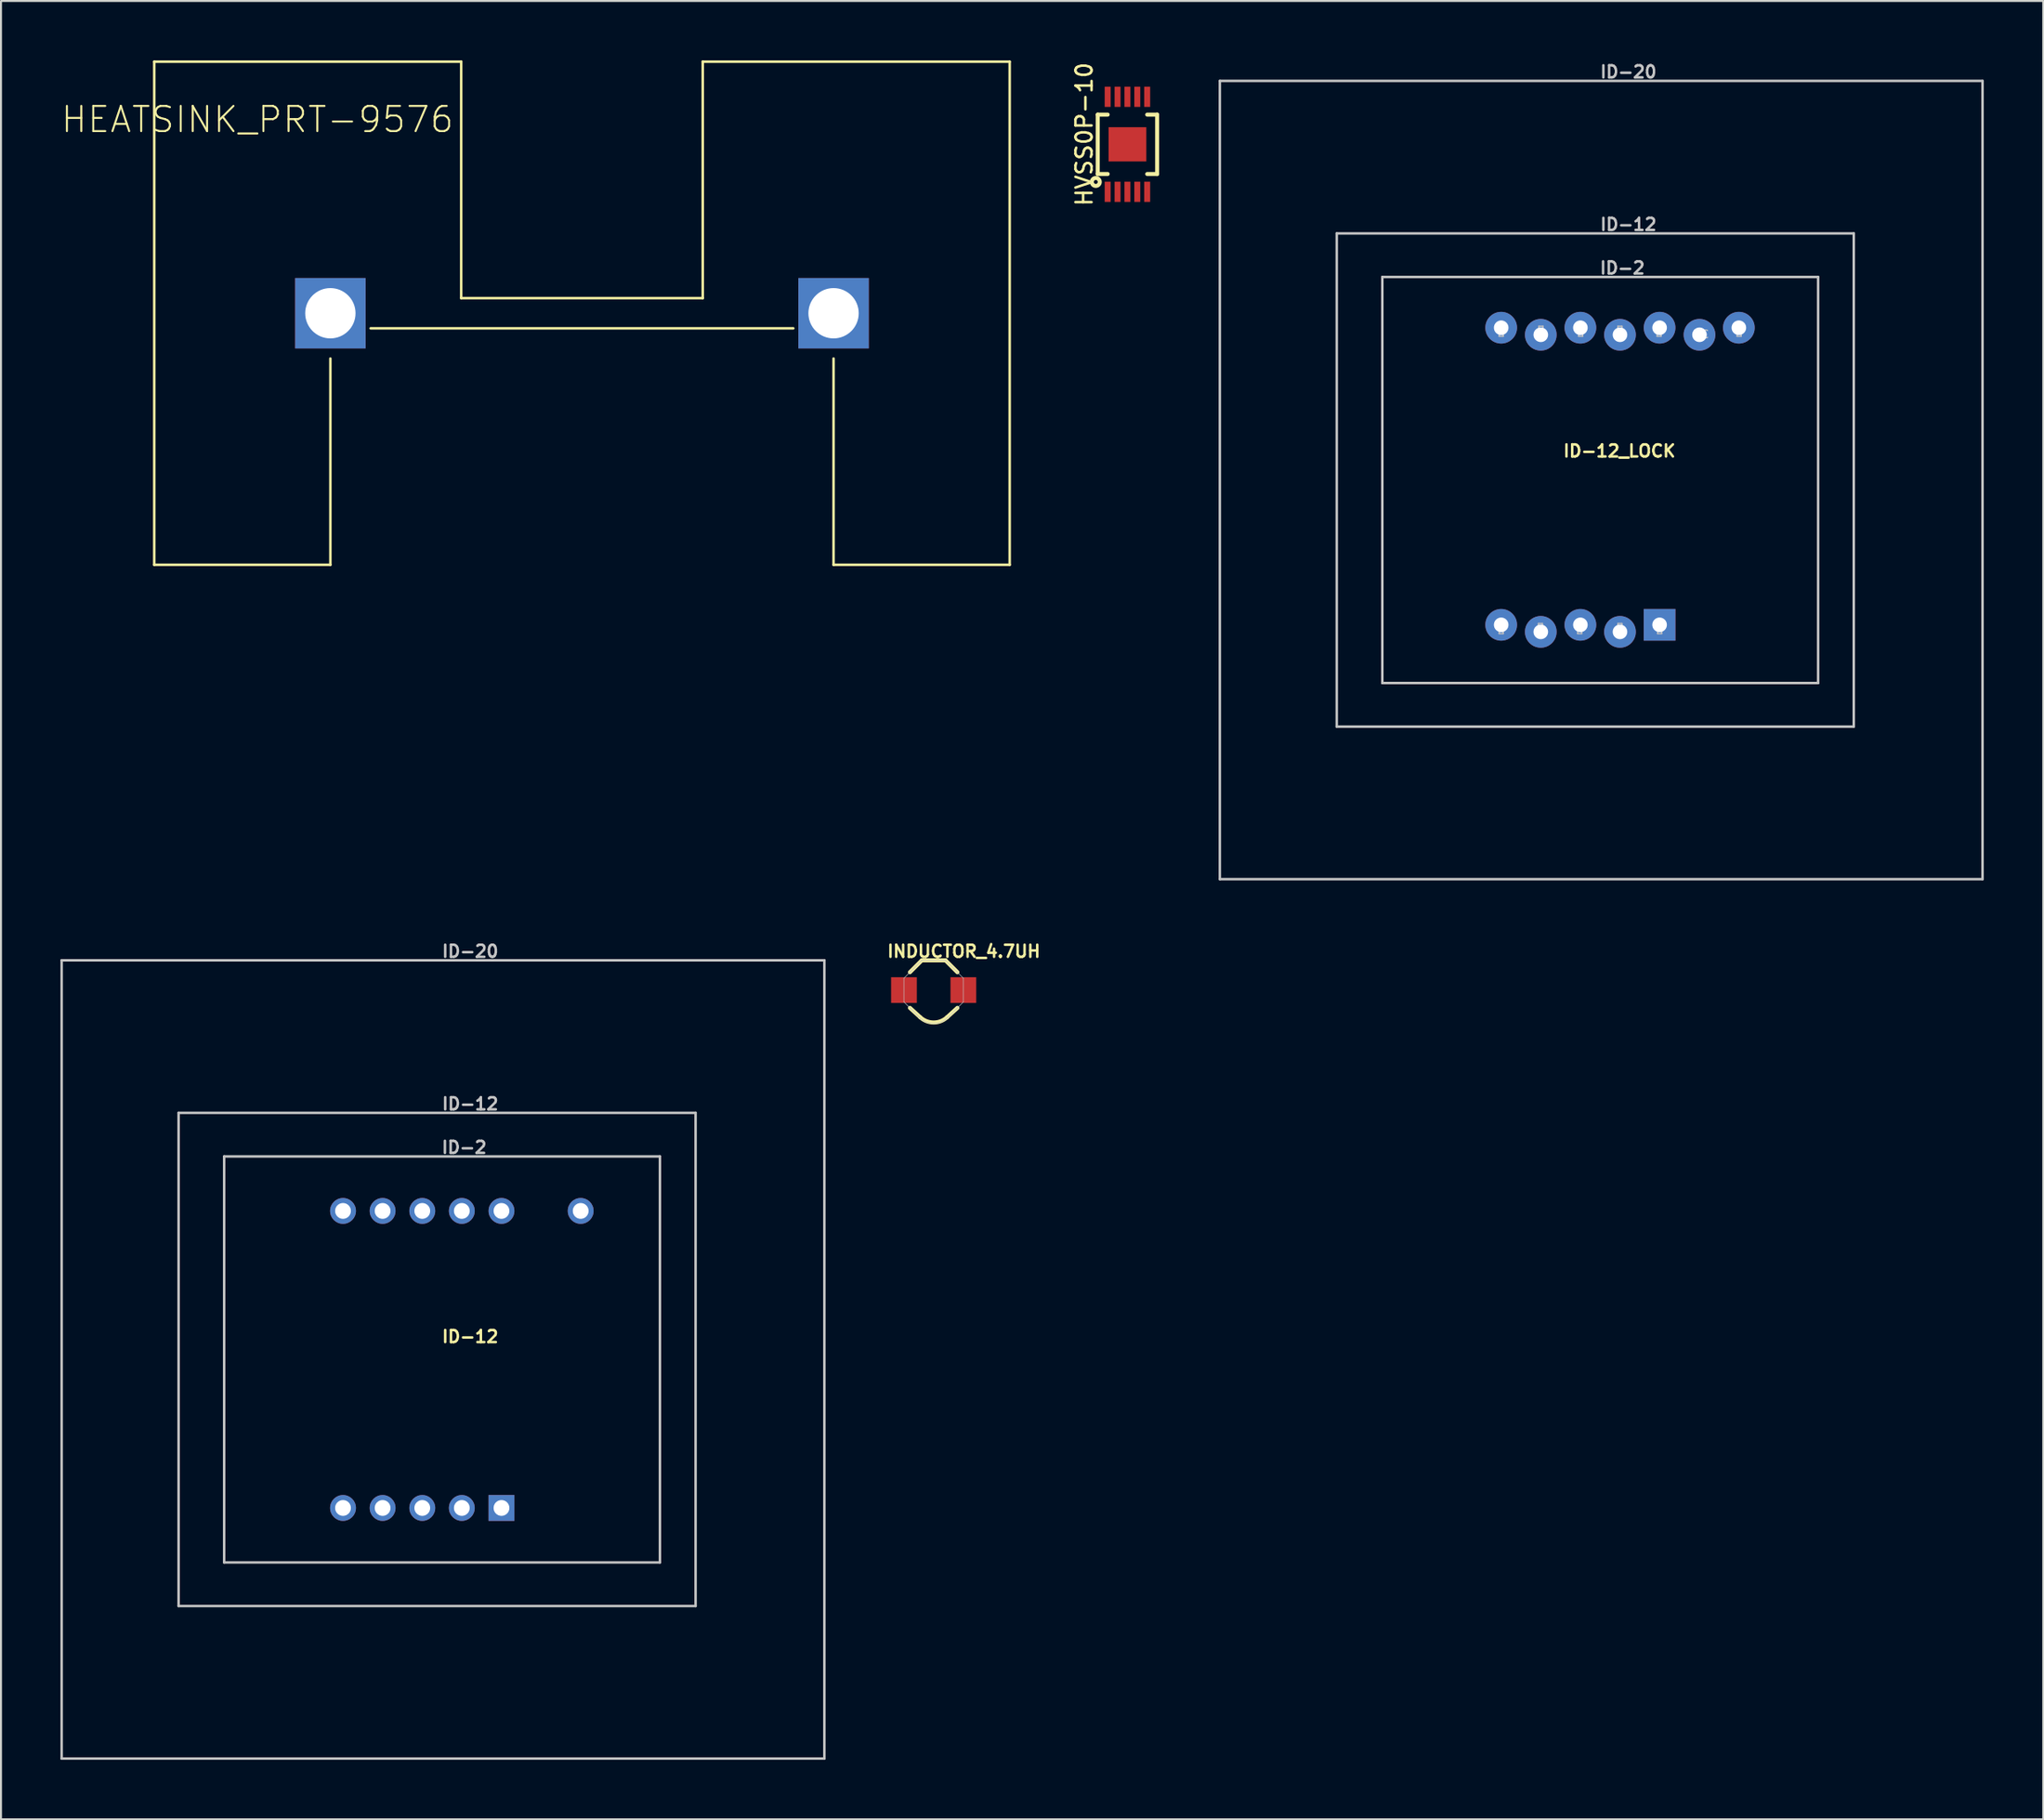
<source format=kicad_pcb>
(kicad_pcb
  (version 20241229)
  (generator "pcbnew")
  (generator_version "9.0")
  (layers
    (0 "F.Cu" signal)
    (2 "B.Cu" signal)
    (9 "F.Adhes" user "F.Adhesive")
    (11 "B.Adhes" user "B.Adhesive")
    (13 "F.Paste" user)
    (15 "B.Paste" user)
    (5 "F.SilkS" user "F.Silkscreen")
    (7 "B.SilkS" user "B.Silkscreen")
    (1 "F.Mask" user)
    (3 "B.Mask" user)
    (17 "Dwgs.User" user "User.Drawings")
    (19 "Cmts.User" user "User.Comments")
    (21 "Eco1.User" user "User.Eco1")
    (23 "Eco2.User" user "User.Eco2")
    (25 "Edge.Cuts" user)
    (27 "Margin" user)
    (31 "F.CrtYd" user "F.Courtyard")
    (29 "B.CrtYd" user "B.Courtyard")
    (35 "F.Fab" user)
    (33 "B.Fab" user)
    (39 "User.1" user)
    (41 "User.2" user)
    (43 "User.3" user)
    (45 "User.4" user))
  (footprint "HEATSINK_PRT-9576"
    (layer "F.Cu")
    (at 26.326 12.764)
    (property "Reference" "HEATSINK_PRT-9576" (at -16.383 -9.779 0) (layer "F.SilkS") (effects (font (size 1.27 1.27) (thickness 0.102))))
    (attr exclude_from_pos_files exclude_from_bom)
    (fp_line (start -21.59 -12.7) (end -6.096 -12.7) (stroke (width 0.127) (type solid)) (layer "F.SilkS"))
    (fp_line (start -21.59 12.7) (end -21.59 -12.7) (stroke (width 0.127) (type solid)) (layer "F.SilkS"))
    (fp_line (start -12.7 12.7) (end -21.59 12.7) (stroke (width 0.127) (type solid)) (layer "F.SilkS"))
    (fp_line (start -12.7 12.7) (end -12.7 2.286) (stroke (width 0.127) (type solid)) (layer "F.SilkS"))
    (fp_line (start -10.668 0.762) (end 10.668 0.762) (stroke (width 0.127) (type solid)) (layer "F.SilkS"))
    (fp_line (start -6.096 -0.762) (end -6.096 -12.7) (stroke (width 0.127) (type solid)) (layer "F.SilkS"))
    (fp_line (start 6.096 -0.762) (end -6.096 -0.762) (stroke (width 0.127) (type solid)) (layer "F.SilkS"))
    (fp_line (start 6.096 -0.762) (end 6.096 -12.7) (stroke (width 0.127) (type solid)) (layer "F.SilkS"))
    (fp_line (start 12.7 2.286) (end 12.7 12.7) (stroke (width 0.127) (type solid)) (layer "F.SilkS"))
    (fp_line (start 12.7 12.7) (end 21.59 12.7) (stroke (width 0.127) (type solid)) (layer "F.SilkS"))
    (fp_line (start 21.59 -12.7) (end 6.096 -12.7) (stroke (width 0.127) (type solid)) (layer "F.SilkS"))
    (fp_line (start 21.59 -12.7) (end 21.59 12.7) (stroke (width 0.127) (type solid)) (layer "F.SilkS"))
    (pad "P$1" thru_hole rect (at -12.7 0) (size 3.556 3.556) (drill 2.54) (layers "*.Cu" "*.Paste" "*.Mask"))
    (pad "P$2" thru_hole rect (at 12.7 0) (size 3.556 3.556) (drill 2.54) (layers "*.Cu" "*.Paste" "*.Mask")))
  (footprint "INDUCTOR_4.7UH"
    (layer "F.Cu")
    (at 44.078 46.933)
    (property "Reference" "INDUCTOR_4.7UH" (at 1.524 -1.956 0) (layer "F.SilkS") (effects (font (size 0.61 0.61) (thickness 0.127))))
    (attr smd)
    (fp_line (start -1.199 -0.899) (end -0.599 -1.499) (stroke (width 0.203) (type solid)) (layer "F.SilkS"))
    (fp_line (start -1.199 0.899) (end -0.678 1.372) (stroke (width 0.203) (type solid)) (layer "F.SilkS"))
    (fp_line (start -0.599 -1.499) (end 0.599 -1.499) (stroke (width 0.203) (type solid)) (layer "F.SilkS"))
    (fp_line (start 0.599 -1.499) (end 1.199 -0.899) (stroke (width 0.203) (type solid)) (layer "F.SilkS"))
    (fp_line (start 0.678 1.372) (end 1.199 0.899) (stroke (width 0.203) (type solid)) (layer "F.SilkS"))
    (fp_arc (start 0.67818 1.3716) (mid 0.000594 1.636926) (end -0.677306 1.372406) (stroke (width 0.2032) (type solid)) (layer "F.SilkS"))
    (fp_line (start -1.499 -0.599) (end -1.499 0.599) (stroke (width 0.028) (type solid)) (layer "Dwgs.User"))
    (fp_line (start -1.499 0.599) (end -0.706 1.392) (stroke (width 0.028) (type solid)) (layer "Dwgs.User"))
    (fp_line (start -0.599 -1.499) (end -1.499 -0.599) (stroke (width 0.028) (type solid)) (layer "Dwgs.User"))
    (fp_line (start 0.599 -1.499) (end -0.599 -1.499) (stroke (width 0.028) (type solid)) (layer "Dwgs.User"))
    (fp_line (start 0.706 1.392) (end 1.499 0.599) (stroke (width 0.028) (type solid)) (layer "Dwgs.User"))
    (fp_line (start 1.499 -0.599) (end 0.599 -1.499) (stroke (width 0.028) (type solid)) (layer "Dwgs.User"))
    (fp_line (start 1.499 0.599) (end 1.499 -0.599) (stroke (width 0.028) (type solid)) (layer "Dwgs.User"))
    (fp_arc (start 0.70612 1.39192) (mid 0 1.684404) (end -0.70612 1.39192) (stroke (width 0.02794) (type solid)) (layer "Dwgs.User"))
    (pad "P$1" smd rect (at -1.499 0 90) (size 1.298 1.298) (layers "F.Cu" "F.Mask" "F.Paste"))
    (pad "P$2" smd rect (at 1.499 0 90) (size 1.298 1.298) (layers "F.Cu" "F.Mask" "F.Paste")))
  (footprint "ID-12"
    (layer "F.Cu")
    (at 19.263 65.581)
    (property "Reference" "ID-12" (at 1.422 -1.153 0) (layer "F.SilkS") (effects (font (size 0.61 0.61) (thickness 0.127))))
    (attr exclude_from_pos_files exclude_from_bom)
    (fp_line (start -19.2 -20.15) (end 19.299 -20.15) (stroke (width 0.127) (type solid)) (layer "Dwgs.User"))
    (fp_line (start -19.2 20.15) (end -19.2 -20.15) (stroke (width 0.127) (type solid)) (layer "Dwgs.User"))
    (fp_line (start -13.299 -12.449) (end -13.299 12.449) (stroke (width 0.127) (type solid)) (layer "Dwgs.User"))
    (fp_line (start -13.299 12.449) (end 12.799 12.449) (stroke (width 0.127) (type solid)) (layer "Dwgs.User"))
    (fp_line (start -10.998 -10.249) (end 10.998 -10.249) (stroke (width 0.127) (type solid)) (layer "Dwgs.User"))
    (fp_line (start -10.998 10.249) (end -10.998 -10.249) (stroke (width 0.127) (type solid)) (layer "Dwgs.User"))
    (fp_line (start 10.998 -10.249) (end 10.998 10.249) (stroke (width 0.127) (type solid)) (layer "Dwgs.User"))
    (fp_line (start 10.998 10.249) (end -10.998 10.249) (stroke (width 0.127) (type solid)) (layer "Dwgs.User"))
    (fp_line (start 12.799 -12.449) (end -13.299 -12.449) (stroke (width 0.127) (type solid)) (layer "Dwgs.User"))
    (fp_line (start 12.799 12.449) (end 12.799 -12.449) (stroke (width 0.127) (type solid)) (layer "Dwgs.User"))
    (fp_line (start 19.299 -20.15) (end 19.299 20.15) (stroke (width 0.127) (type solid)) (layer "Dwgs.User"))
    (fp_line (start 19.299 20.15) (end -19.2 20.15) (stroke (width 0.127) (type solid)) (layer "Dwgs.User"))
    (fp_text user "ID-12" (at 1.422 -12.903 0) (layer "Dwgs.User") (effects (font (size 0.61 0.61) (thickness 0.127))))
    (fp_text user "ID-2" (at 1.118 -10.704 0) (layer "Dwgs.User") (effects (font (size 0.61 0.61) (thickness 0.127))))
    (fp_text user "ID-20" (at 1.422 -20.604 0) (layer "Dwgs.User") (effects (font (size 0.61 0.61) (thickness 0.127))))
    (pad "1" thru_hole rect (at 3 7.498) (size 1.306 1.306) (drill 0.798) (layers "*.Cu" "*.Paste" "*.Mask"))
    (pad "2" thru_hole circle (at 0.998 7.498) (size 1.306 1.306) (drill 0.798) (layers "*.Cu" "*.Paste" "*.Mask"))
    (pad "3" thru_hole circle (at -0.998 7.498) (size 1.306 1.306) (drill 0.798) (layers "*.Cu" "*.Paste" "*.Mask"))
    (pad "4" thru_hole circle (at -3 7.498) (size 1.306 1.306) (drill 0.798) (layers "*.Cu" "*.Paste" "*.Mask"))
    (pad "5" thru_hole circle (at -4.999 7.498) (size 1.306 1.306) (drill 0.798) (layers "*.Cu" "*.Paste" "*.Mask"))
    (pad "6" thru_hole circle (at -4.999 -7.498) (size 1.306 1.306) (drill 0.798) (layers "*.Cu" "*.Paste" "*.Mask"))
    (pad "7" thru_hole circle (at -3 -7.498) (size 1.306 1.306) (drill 0.798) (layers "*.Cu" "*.Paste" "*.Mask"))
    (pad "8" thru_hole circle (at -0.998 -7.498) (size 1.306 1.306) (drill 0.798) (layers "*.Cu" "*.Paste" "*.Mask"))
    (pad "9" thru_hole circle (at 0.998 -7.498) (size 1.306 1.306) (drill 0.798) (layers "*.Cu" "*.Paste" "*.Mask"))
    (pad "10" thru_hole circle (at 3 -7.498) (size 1.306 1.306) (drill 0.798) (layers "*.Cu" "*.Paste" "*.Mask"))
    (pad "11" thru_hole circle (at 6.998 -7.498) (size 1.306 1.306) (drill 0.798) (layers "*.Cu" "*.Paste" "*.Mask")))
  (footprint "ID-12_LOCK"
    (layer "F.Cu")
    (at 77.724 21.184)
    (property "Reference" "ID-12_LOCK" (at 0.968 -1.466 0) (layer "F.SilkS") (effects (font (size 0.61 0.61) (thickness 0.127))))
    (attr exclude_from_pos_files exclude_from_bom)
    (fp_line (start -19.2 -20.15) (end 19.299 -20.15) (stroke (width 0.127) (type solid)) (layer "Dwgs.User"))
    (fp_line (start -19.2 20.15) (end -19.2 -20.15) (stroke (width 0.127) (type solid)) (layer "Dwgs.User"))
    (fp_line (start -13.299 -12.449) (end -13.299 12.449) (stroke (width 0.127) (type solid)) (layer "Dwgs.User"))
    (fp_line (start -13.299 12.449) (end 12.799 12.449) (stroke (width 0.127) (type solid)) (layer "Dwgs.User"))
    (fp_line (start -10.998 -10.249) (end 10.998 -10.249) (stroke (width 0.127) (type solid)) (layer "Dwgs.User"))
    (fp_line (start -10.998 10.249) (end -10.998 -10.249) (stroke (width 0.127) (type solid)) (layer "Dwgs.User"))
    (fp_line (start -5.1 -7.765) (end -4.897 -7.765) (stroke (width 0.066) (type solid)) (layer "Dwgs.User"))
    (fp_line (start -5.1 -7.257) (end -5.1 -7.765) (stroke (width 0.066) (type solid)) (layer "Dwgs.User"))
    (fp_line (start -5.1 -7.257) (end -4.897 -7.257) (stroke (width 0.066) (type solid)) (layer "Dwgs.User"))
    (fp_line (start -5.1 7.244) (end -4.897 7.244) (stroke (width 0.066) (type solid)) (layer "Dwgs.User"))
    (fp_line (start -5.1 7.752) (end -5.1 7.244) (stroke (width 0.066) (type solid)) (layer "Dwgs.User"))
    (fp_line (start -5.1 7.752) (end -4.897 7.752) (stroke (width 0.066) (type solid)) (layer "Dwgs.User"))
    (fp_line (start -4.897 -7.257) (end -4.897 -7.765) (stroke (width 0.066) (type solid)) (layer "Dwgs.User"))
    (fp_line (start -4.897 7.752) (end -4.897 7.244) (stroke (width 0.066) (type solid)) (layer "Dwgs.User"))
    (fp_line (start -3.119 7.244) (end -2.916 7.244) (stroke (width 0.066) (type solid)) (layer "Dwgs.User"))
    (fp_line (start -3.119 7.752) (end -3.119 7.244) (stroke (width 0.066) (type solid)) (layer "Dwgs.User"))
    (fp_line (start -3.119 7.752) (end -2.916 7.752) (stroke (width 0.066) (type solid)) (layer "Dwgs.User"))
    (fp_line (start -3.094 -7.765) (end -2.891 -7.765) (stroke (width 0.066) (type solid)) (layer "Dwgs.User"))
    (fp_line (start -3.094 -7.257) (end -3.094 -7.765) (stroke (width 0.066) (type solid)) (layer "Dwgs.User"))
    (fp_line (start -3.094 -7.257) (end -2.891 -7.257) (stroke (width 0.066) (type solid)) (layer "Dwgs.User"))
    (fp_line (start -2.916 7.752) (end -2.916 7.244) (stroke (width 0.066) (type solid)) (layer "Dwgs.User"))
    (fp_line (start -2.891 -7.257) (end -2.891 -7.765) (stroke (width 0.066) (type solid)) (layer "Dwgs.User"))
    (fp_line (start -1.138 7.244) (end -0.935 7.244) (stroke (width 0.066) (type solid)) (layer "Dwgs.User"))
    (fp_line (start -1.138 7.752) (end -1.138 7.244) (stroke (width 0.066) (type solid)) (layer "Dwgs.User"))
    (fp_line (start -1.138 7.752) (end -0.935 7.752) (stroke (width 0.066) (type solid)) (layer "Dwgs.User"))
    (fp_line (start -1.087 -7.765) (end -0.884 -7.765) (stroke (width 0.066) (type solid)) (layer "Dwgs.User"))
    (fp_line (start -1.087 -7.257) (end -1.087 -7.765) (stroke (width 0.066) (type solid)) (layer "Dwgs.User"))
    (fp_line (start -1.087 -7.257) (end -0.884 -7.257) (stroke (width 0.066) (type solid)) (layer "Dwgs.User"))
    (fp_line (start -0.935 7.752) (end -0.935 7.244) (stroke (width 0.066) (type solid)) (layer "Dwgs.User"))
    (fp_line (start -0.884 -7.257) (end -0.884 -7.765) (stroke (width 0.066) (type solid)) (layer "Dwgs.User"))
    (fp_line (start 0.892 -7.765) (end 1.095 -7.765) (stroke (width 0.066) (type solid)) (layer "Dwgs.User"))
    (fp_line (start 0.892 -7.257) (end 0.892 -7.765) (stroke (width 0.066) (type solid)) (layer "Dwgs.User"))
    (fp_line (start 0.892 -7.257) (end 1.095 -7.257) (stroke (width 0.066) (type solid)) (layer "Dwgs.User"))
    (fp_line (start 0.892 7.244) (end 1.095 7.244) (stroke (width 0.066) (type solid)) (layer "Dwgs.User"))
    (fp_line (start 0.892 7.752) (end 0.892 7.244) (stroke (width 0.066) (type solid)) (layer "Dwgs.User"))
    (fp_line (start 0.892 7.752) (end 1.095 7.752) (stroke (width 0.066) (type solid)) (layer "Dwgs.User"))
    (fp_line (start 1.095 -7.257) (end 1.095 -7.765) (stroke (width 0.066) (type solid)) (layer "Dwgs.User"))
    (fp_line (start 1.095 7.752) (end 1.095 7.244) (stroke (width 0.066) (type solid)) (layer "Dwgs.User"))
    (fp_line (start 2.873 -7.765) (end 3.076 -7.765) (stroke (width 0.066) (type solid)) (layer "Dwgs.User"))
    (fp_line (start 2.873 -7.257) (end 2.873 -7.765) (stroke (width 0.066) (type solid)) (layer "Dwgs.User"))
    (fp_line (start 2.873 -7.257) (end 3.076 -7.257) (stroke (width 0.066) (type solid)) (layer "Dwgs.User"))
    (fp_line (start 2.898 7.244) (end 3.101 7.244) (stroke (width 0.066) (type solid)) (layer "Dwgs.User"))
    (fp_line (start 2.898 7.752) (end 2.898 7.244) (stroke (width 0.066) (type solid)) (layer "Dwgs.User"))
    (fp_line (start 2.898 7.752) (end 3.101 7.752) (stroke (width 0.066) (type solid)) (layer "Dwgs.User"))
    (fp_line (start 3.076 -7.257) (end 3.076 -7.765) (stroke (width 0.066) (type solid)) (layer "Dwgs.User"))
    (fp_line (start 3.101 7.752) (end 3.101 7.244) (stroke (width 0.066) (type solid)) (layer "Dwgs.User"))
    (fp_line (start 6.911 -7.765) (end 7.115 -7.765) (stroke (width 0.066) (type solid)) (layer "Dwgs.User"))
    (fp_line (start 6.911 -7.257) (end 6.911 -7.765) (stroke (width 0.066) (type solid)) (layer "Dwgs.User"))
    (fp_line (start 6.911 -7.257) (end 7.115 -7.257) (stroke (width 0.066) (type solid)) (layer "Dwgs.User"))
    (fp_line (start 7.115 -7.257) (end 7.115 -7.765) (stroke (width 0.066) (type solid)) (layer "Dwgs.User"))
    (fp_line (start 10.998 -10.249) (end 10.998 10.249) (stroke (width 0.127) (type solid)) (layer "Dwgs.User"))
    (fp_line (start 10.998 10.249) (end -10.998 10.249) (stroke (width 0.127) (type solid)) (layer "Dwgs.User"))
    (fp_line (start 12.799 -12.449) (end -13.299 -12.449) (stroke (width 0.127) (type solid)) (layer "Dwgs.User"))
    (fp_line (start 12.799 12.449) (end 12.799 -12.449) (stroke (width 0.127) (type solid)) (layer "Dwgs.User"))
    (fp_line (start 19.299 -20.15) (end 19.299 20.15) (stroke (width 0.127) (type solid)) (layer "Dwgs.User"))
    (fp_line (start 19.299 20.15) (end -19.2 20.15) (stroke (width 0.127) (type solid)) (layer "Dwgs.User"))
    (fp_text user "ID-20" (at 1.422 -20.604 0) (layer "Dwgs.User") (effects (font (size 0.61 0.61) (thickness 0.127))))
    (fp_text user "NC" (at 5.083 -7.358 0) (layer "Dwgs.User") (effects (font (size 0.406 0.406) (thickness 0.051))))
    (fp_text user "ID-2" (at 1.118 -10.704 0) (layer "Dwgs.User") (effects (font (size 0.61 0.61) (thickness 0.127))))
    (fp_text user "ID-12" (at 1.422 -12.903 0) (layer "Dwgs.User") (effects (font (size 0.61 0.61) (thickness 0.127))))
    (pad "1" thru_hole rect (at 2.997 7.31) (size 1.6 1.6) (drill 0.737) (layers "*.Cu" "*.Paste" "*.Mask"))
    (pad "2" thru_hole circle (at 0.998 7.666) (size 1.6 1.6) (drill 0.737) (layers "*.Cu" "*.Paste" "*.Mask"))
    (pad "3" thru_hole circle (at -1.001 7.31) (size 1.6 1.6) (drill 0.737) (layers "*.Cu" "*.Paste" "*.Mask"))
    (pad "4" thru_hole circle (at -3 7.666) (size 1.6 1.6) (drill 0.737) (layers "*.Cu" "*.Paste" "*.Mask"))
    (pad "5" thru_hole circle (at -4.999 7.31) (size 1.6 1.6) (drill 0.737) (layers "*.Cu" "*.Paste" "*.Mask"))
    (pad "6" thru_hole circle (at -4.999 -7.689) (size 1.6 1.6) (drill 0.737) (layers "*.Cu" "*.Paste" "*.Mask"))
    (pad "7" thru_hole circle (at -3 -7.333) (size 1.6 1.6) (drill 0.737) (layers "*.Cu" "*.Paste" "*.Mask"))
    (pad "8" thru_hole circle (at -1.001 -7.689) (size 1.6 1.6) (drill 0.737) (layers "*.Cu" "*.Paste" "*.Mask"))
    (pad "9" thru_hole circle (at 0.998 -7.333) (size 1.6 1.6) (drill 0.737) (layers "*.Cu" "*.Paste" "*.Mask"))
    (pad "10" thru_hole circle (at 2.997 -7.689) (size 1.6 1.6) (drill 0.737) (layers "*.Cu" "*.Paste" "*.Mask"))
    (pad "11" thru_hole circle (at 6.998 -7.689) (size 1.6 1.6) (drill 0.737) (layers "*.Cu" "*.Paste" "*.Mask"))
    (pad "NC" thru_hole circle (at 5.011 -7.333) (size 1.6 1.6) (drill 0.737) (layers "*.Cu" "*.Paste" "*.Mask")))
  (footprint "HVSS0P-10"
    (layer "F.Cu")
    (at 53.86 4.236)
    (property "Reference" "HVSS0P-10" (at -2.182 -0.508 90) (layer "F.SilkS") (effects (font (size 0.813 0.813) (thickness 0.127))))
    (attr smd)
    (fp_line (start -1.499 -1.499) (end -0.998 -1.499) (stroke (width 0.203) (type solid)) (layer "F.SilkS"))
    (fp_line (start -1.499 1.499) (end -1.499 -1.499) (stroke (width 0.203) (type solid)) (layer "F.SilkS"))
    (fp_line (start -1.499 1.499) (end -0.998 1.499) (stroke (width 0.203) (type solid)) (layer "F.SilkS"))
    (fp_line (start 1.499 -1.499) (end 0.998 -1.499) (stroke (width 0.203) (type solid)) (layer "F.SilkS"))
    (fp_line (start 1.499 -1.499) (end 1.499 1.499) (stroke (width 0.203) (type solid)) (layer "F.SilkS"))
    (fp_line (start 1.499 1.499) (end 0.998 1.499) (stroke (width 0.203) (type solid)) (layer "F.SilkS"))
    (fp_circle (center -1.598 1.9) (end -1.598 1.801) (stroke (width 0.203) (type solid)) (fill no) (layer "F.SilkS"))
    (pad "1" smd rect (at -0.998 2.398 90) (size 1.019 0.3) (layers "F.Cu" "F.Mask" "F.Paste"))
    (pad "2" smd rect (at -0.498 2.398 90) (size 1.019 0.3) (layers "F.Cu" "F.Mask" "F.Paste"))
    (pad "3" smd rect (at 0 2.398 90) (size 1.019 0.3) (layers "F.Cu" "F.Mask" "F.Paste"))
    (pad "4" smd rect (at 0.498 2.398 90) (size 1.019 0.3) (layers "F.Cu" "F.Mask" "F.Paste"))
    (pad "5" smd rect (at 0.998 2.398 90) (size 1.019 0.3) (layers "F.Cu" "F.Mask" "F.Paste"))
    (pad "6" smd rect (at 0.998 -2.398 90) (size 1.019 0.3) (layers "F.Cu" "F.Mask" "F.Paste"))
    (pad "7" smd rect (at 0.498 -2.398 90) (size 1.019 0.3) (layers "F.Cu" "F.Mask" "F.Paste"))
    (pad "8" smd rect (at 0 -2.398 90) (size 1.019 0.3) (layers "F.Cu" "F.Mask" "F.Paste"))
    (pad "9" smd rect (at -0.498 -2.398 90) (size 1.019 0.3) (layers "F.Cu" "F.Mask" "F.Paste"))
    (pad "10" smd rect (at -0.998 -2.398 90) (size 1.019 0.3) (layers "F.Cu" "F.Mask" "F.Paste"))
    (pad "PAD" smd rect (at 0 0) (size 1.905 1.727) (layers "F.Cu" "F.Mask" "F.Paste")))
  (gr_rect
    (start -3 -3)
    (end 100.086 88.795)
    (stroke (width 0.1) (type default))
    (fill no)
    (layer "Edge.Cuts")))
</source>
